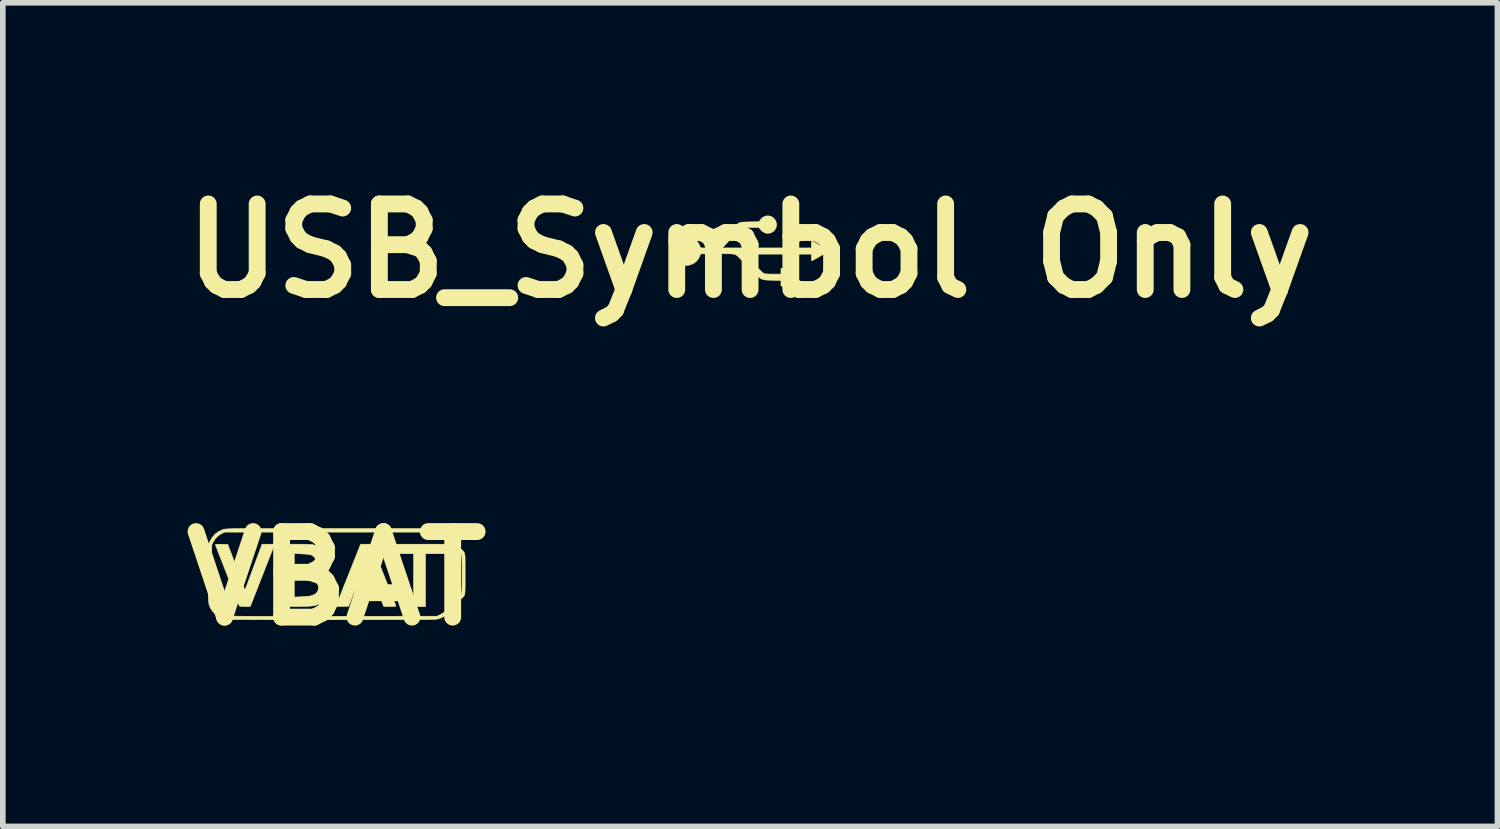
<source format=kicad_pcb>
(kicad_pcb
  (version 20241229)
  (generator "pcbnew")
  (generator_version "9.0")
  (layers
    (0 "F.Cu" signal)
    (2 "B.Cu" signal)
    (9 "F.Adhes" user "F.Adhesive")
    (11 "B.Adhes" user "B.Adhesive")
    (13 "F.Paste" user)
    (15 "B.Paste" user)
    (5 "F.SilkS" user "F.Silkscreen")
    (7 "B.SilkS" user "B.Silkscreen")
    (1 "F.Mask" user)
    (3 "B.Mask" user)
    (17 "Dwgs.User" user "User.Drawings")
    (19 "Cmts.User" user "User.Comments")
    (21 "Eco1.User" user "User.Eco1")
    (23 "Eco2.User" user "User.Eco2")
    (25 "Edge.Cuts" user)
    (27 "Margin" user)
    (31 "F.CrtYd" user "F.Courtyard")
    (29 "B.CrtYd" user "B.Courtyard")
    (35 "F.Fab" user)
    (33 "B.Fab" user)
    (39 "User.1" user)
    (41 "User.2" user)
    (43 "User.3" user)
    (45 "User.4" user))
  (footprint "USB_Symbol Only"
    (layer "F.Cu")
    (at 10.312 1.418)
    (property "Reference" "USB_Symbol Only" (at 0 0 0) (layer "F.SilkS") (effects (font (size 1.524 1.524) (thickness 0.3))))
    (attr through_hole)
    (fp_poly (pts (xy 0.347 -0.62) (xy 0.389 -0.605) (xy 0.426 -0.577) (xy 0.455 -0.536) (xy 0.458 -0.53) (xy 0.471 -0.482) (xy 0.469 -0.435) (xy 0.453 -0.392) (xy 0.425 -0.355) (xy 0.386 -0.327) (xy 0.349 -0.315) (xy 0.3 -0.311) (xy 0.256 -0.322) (xy 0.215 -0.35) (xy 0.185 -0.381) (xy 0.158 -0.415) (xy 0.024 -0.415) (xy -0.033 -0.414) (xy -0.076 -0.413) (xy -0.108 -0.41) (xy -0.131 -0.406) (xy -0.143 -0.402) (xy -0.161 -0.39) (xy -0.19 -0.366) (xy -0.228 -0.331) (xy -0.274 -0.284) (xy -0.329 -0.228) (xy -0.391 -0.162) (xy -0.457 -0.091) (xy -0.493 -0.051) (xy 1.092 -0.051) (xy 1.092 -0.115) (xy 1.093 -0.147) (xy 1.096 -0.168) (xy 1.1 -0.176) (xy 1.1 -0.176) (xy 1.112 -0.171) (xy 1.134 -0.158) (xy 1.166 -0.141) (xy 1.203 -0.12) (xy 1.243 -0.097) (xy 1.284 -0.073) (xy 1.323 -0.05) (xy 1.357 -0.03) (xy 1.384 -0.014) (xy 1.401 -0.003) (xy 1.405 0.000448) (xy 1.398 0.006) (xy 1.379 0.018) (xy 1.351 0.035) (xy 1.316 0.056) (xy 1.276 0.079) (xy 1.235 0.103) (xy 1.195 0.126) (xy 1.159 0.146) (xy 1.129 0.163) (xy 1.108 0.174) (xy 1.099 0.178) (xy 1.095 0.17) (xy 1.093 0.15) (xy 1.092 0.121) (xy 1.092 0.119) (xy 1.092 0.059) (xy -0.096 0.059) (xy -0.08 0.078) (xy -0.054 0.108) (xy -0.021 0.143) (xy 0.016 0.182) (xy 0.056 0.224) (xy 0.096 0.265) (xy 0.135 0.304) (xy 0.171 0.339) (xy 0.202 0.369) (xy 0.226 0.39) (xy 0.241 0.402) (xy 0.243 0.403) (xy 0.262 0.408) (xy 0.294 0.412) (xy 0.338 0.414) (xy 0.398 0.415) (xy 0.41 0.415) (xy 0.55 0.415) (xy 0.55 0.313) (xy 0.864 0.313) (xy 0.864 0.627) (xy 0.55 0.627) (xy 0.55 0.527) (xy 0.396 0.524) (xy 0.352 0.523) (xy 0.314 0.522) (xy 0.281 0.52) (xy 0.252 0.516) (xy 0.224 0.509) (xy 0.198 0.498) (xy 0.171 0.482) (xy 0.141 0.46) (xy 0.109 0.432) (xy 0.071 0.396) (xy 0.027 0.352) (xy -0.025 0.298) (xy -0.086 0.234) (xy -0.149 0.168) (xy -0.185 0.131) (xy -0.211 0.104) (xy -0.232 0.086) (xy -0.248 0.074) (xy -0.263 0.067) (xy -0.279 0.062) (xy -0.289 0.06) (xy -0.313 0.056) (xy -0.352 0.054) (xy -0.407 0.053) (xy -0.477 0.052) (xy -0.564 0.052) (xy -0.608 0.052) (xy -0.882 0.055) (xy -0.899 0.1) (xy -0.928 0.153) (xy -0.968 0.197) (xy -1.017 0.231) (xy -1.073 0.252) (xy -1.133 0.261) (xy -1.193 0.257) (xy -1.252 0.238) (xy -1.258 0.235) (xy -1.313 0.198) (xy -1.356 0.15) (xy -1.385 0.093) (xy -1.399 0.029) (xy -1.4 0) (xy -1.393 -0.067) (xy -1.37 -0.127) (xy -1.333 -0.178) (xy -1.283 -0.219) (xy -1.254 -0.235) (xy -1.226 -0.247) (xy -1.2 -0.254) (xy -1.169 -0.257) (xy -1.139 -0.258) (xy -1.1 -0.257) (xy -1.071 -0.252) (xy -1.046 -0.244) (xy -1.029 -0.235) (xy -0.971 -0.197) (xy -0.926 -0.146) (xy -0.893 -0.083) (xy -0.886 -0.065) (xy -0.882 -0.058) (xy -0.875 -0.054) (xy -0.861 -0.052) (xy -0.839 -0.051) (xy -0.803 -0.052) (xy -0.773 -0.053) (xy -0.725 -0.055) (xy -0.686 -0.058) (xy -0.656 -0.063) (xy -0.643 -0.067) (xy -0.632 -0.075) (xy -0.611 -0.095) (xy -0.581 -0.124) (xy -0.545 -0.16) (xy -0.504 -0.202) (xy -0.459 -0.248) (xy -0.439 -0.269) (xy -0.381 -0.331) (xy -0.333 -0.38) (xy -0.293 -0.419) (xy -0.261 -0.448) (xy -0.236 -0.47) (xy -0.217 -0.484) (xy -0.211 -0.487) (xy -0.195 -0.496) (xy -0.181 -0.502) (xy -0.165 -0.507) (xy -0.146 -0.51) (xy -0.121 -0.512) (xy -0.085 -0.513) (xy -0.038 -0.514) (xy -0.002 -0.515) (xy 0.161 -0.518) (xy 0.183 -0.551) (xy 0.217 -0.589) (xy 0.258 -0.612) (xy 0.302 -0.623) (xy 0.347 -0.62)) (stroke (width 0.01) (type solid)) (fill yes) (layer "F.SilkS")))
  (footprint "VBAT"
    (layer "F.Cu")
    (at 2.946 7.254)
    (property "Reference" "VBAT" (at 0 0 0) (layer "F.SilkS") (effects (font (size 1.524 1.524) (thickness 0.3))))
    (attr through_hole)
    (fp_poly (pts (xy 1.939 -0.44) (xy 1.583 -0.44) (xy 1.583 0.5) (xy 1.372 0.5) (xy 1.372 -0.44) (xy 1.008 -0.44) (xy 1.008 -0.61) (xy 1.939 -0.61) (xy 1.939 -0.44)) (stroke (width 0.01) (type solid)) (fill yes) (layer "F.SilkS"))
    (fp_poly (pts (xy -1.537 0.499) (xy -1.631 0.499) (xy -1.67 0.499) (xy -1.701 0.498) (xy -1.723 0.495) (xy -1.73 0.493) (xy -1.734 0.484) (xy -1.743 0.461) (xy -1.757 0.425) (xy -1.776 0.378) (xy -1.798 0.322) (xy -1.824 0.258) (xy -1.851 0.187) (xy -1.881 0.112) (xy -1.912 0.033) (xy -1.943 -0.047) (xy -1.975 -0.127) (xy -2.006 -0.206) (xy -2.035 -0.282) (xy -2.063 -0.353) (xy -2.089 -0.418) (xy -2.111 -0.475) (xy -2.129 -0.523) (xy -2.144 -0.56) (xy -2.153 -0.585) (xy -2.157 -0.595) (xy -2.157 -0.595) (xy -2.157 -0.601) (xy -2.153 -0.605) (xy -2.142 -0.608) (xy -2.121 -0.609) (xy -2.088 -0.608) (xy -2.049 -0.608) (xy -1.937 -0.605) (xy -1.853 -0.381) (xy -1.832 -0.325) (xy -1.808 -0.262) (xy -1.783 -0.195) (xy -1.758 -0.126) (xy -1.733 -0.057) (xy -1.708 0.008) (xy -1.686 0.068) (xy -1.667 0.121) (xy -1.651 0.164) (xy -1.641 0.194) (xy -1.637 0.203) (xy -1.633 0.2) (xy -1.624 0.182) (xy -1.612 0.153) (xy -1.596 0.115) (xy -1.579 0.069) (xy -1.576 0.059) (xy -1.557 0.01) (xy -1.535 -0.052) (xy -1.509 -0.121) (xy -1.481 -0.196) (xy -1.453 -0.271) (xy -1.426 -0.344) (xy -1.423 -0.353) (xy -1.327 -0.61) (xy -1.215 -0.61) (xy -1.103 -0.61) (xy -1.537 0.499)) (stroke (width 0.01) (type solid)) (fill yes) (layer "F.SilkS"))
    (fp_poly (pts (xy 0.841 -0.061) (xy 0.877 0.03) (xy 0.911 0.117) (xy 0.943 0.198) (xy 0.972 0.272) (xy 0.998 0.337) (xy 1.02 0.393) (xy 1.037 0.438) (xy 1.05 0.47) (xy 1.057 0.489) (xy 1.058 0.493) (xy 1.05 0.496) (xy 1.029 0.498) (xy 0.996 0.499) (xy 0.957 0.5) (xy 0.949 0.5) (xy 0.84 0.5) (xy 0.805 0.409) (xy 0.789 0.366) (xy 0.772 0.324) (xy 0.758 0.287) (xy 0.751 0.269) (xy 0.732 0.22) (xy 0.525 0.222) (xy 0.319 0.224) (xy 0.214 0.495) (xy 0.102 0.498) (xy 0.056 0.498) (xy 0.024 0.498) (xy 0.005 0.496) (xy -0.005 0.493) (xy -0.007 0.489) (xy -0.007 0.488) (xy -0.003 0.479) (xy 0.006 0.454) (xy 0.02 0.417) (xy 0.04 0.368) (xy 0.063 0.309) (xy 0.09 0.24) (xy 0.12 0.163) (xy 0.153 0.08) (xy 0.167 0.047) (xy 0.389 0.047) (xy 0.397 0.048) (xy 0.42 0.049) (xy 0.453 0.05) (xy 0.495 0.051) (xy 0.529 0.051) (xy 0.668 0.051) (xy 0.654 0.019) (xy 0.647 0.001) (xy 0.636 -0.029) (xy 0.62 -0.07) (xy 0.603 -0.117) (xy 0.584 -0.167) (xy 0.584 -0.169) (xy 0.564 -0.223) (xy 0.549 -0.262) (xy 0.538 -0.288) (xy 0.53 -0.304) (xy 0.525 -0.311) (xy 0.521 -0.31) (xy 0.518 -0.304) (xy 0.511 -0.286) (xy 0.501 -0.257) (xy 0.488 -0.223) (xy 0.484 -0.211) (xy 0.47 -0.171) (xy 0.452 -0.124) (xy 0.434 -0.075) (xy 0.424 -0.049) (xy 0.41 -0.012) (xy 0.399 0.018) (xy 0.392 0.039) (xy 0.389 0.047) (xy 0.167 0.047) (xy 0.189 -0.009) (xy 0.212 -0.067) (xy 0.428 -0.609) (xy 0.525 -0.61) (xy 0.623 -0.61) (xy 0.841 -0.061)) (stroke (width 0.01) (type solid)) (fill yes) (layer "F.SilkS"))
    (fp_poly (pts (xy -0.651 -0.609) (xy -0.588 -0.609) (xy -0.532 -0.607) (xy -0.484 -0.606) (xy -0.447 -0.604) (xy -0.425 -0.602) (xy -0.422 -0.601) (xy -0.371 -0.587) (xy -0.319 -0.564) (xy -0.27 -0.535) (xy -0.231 -0.504) (xy -0.221 -0.494) (xy -0.185 -0.442) (xy -0.162 -0.383) (xy -0.153 -0.322) (xy -0.157 -0.261) (xy -0.174 -0.203) (xy -0.205 -0.151) (xy -0.238 -0.115) (xy -0.259 -0.098) (xy -0.276 -0.087) (xy -0.283 -0.085) (xy -0.28 -0.081) (xy -0.266 -0.073) (xy -0.246 -0.062) (xy -0.19 -0.026) (xy -0.147 0.02) (xy -0.118 0.076) (xy -0.104 0.138) (xy -0.105 0.187) (xy -0.115 0.24) (xy -0.132 0.29) (xy -0.147 0.319) (xy -0.181 0.363) (xy -0.227 0.404) (xy -0.278 0.439) (xy -0.3 0.45) (xy -0.33 0.463) (xy -0.359 0.474) (xy -0.39 0.482) (xy -0.425 0.489) (xy -0.465 0.493) (xy -0.513 0.496) (xy -0.572 0.498) (xy -0.644 0.499) (xy -0.718 0.499) (xy -0.965 0.5) (xy -0.965 0.332) (xy -0.754 0.332) (xy -0.624 0.327) (xy -0.575 0.324) (xy -0.527 0.319) (xy -0.486 0.315) (xy -0.456 0.309) (xy -0.449 0.308) (xy -0.395 0.287) (xy -0.356 0.257) (xy -0.332 0.218) (xy -0.322 0.172) (xy -0.322 0.165) (xy -0.33 0.119) (xy -0.353 0.081) (xy -0.386 0.054) (xy -0.421 0.04) (xy -0.471 0.029) (xy -0.537 0.022) (xy -0.62 0.018) (xy -0.671 0.017) (xy -0.754 0.017) (xy -0.754 0.332) (xy -0.965 0.332) (xy -0.965 -0.15) (xy -0.754 -0.15) (xy -0.617 -0.155) (xy -0.563 -0.158) (xy -0.524 -0.16) (xy -0.494 -0.163) (xy -0.473 -0.168) (xy -0.455 -0.173) (xy -0.441 -0.18) (xy -0.403 -0.206) (xy -0.38 -0.242) (xy -0.37 -0.287) (xy -0.37 -0.295) (xy -0.376 -0.342) (xy -0.397 -0.379) (xy -0.431 -0.408) (xy -0.44 -0.412) (xy -0.457 -0.42) (xy -0.476 -0.425) (xy -0.501 -0.429) (xy -0.533 -0.432) (xy -0.577 -0.435) (xy -0.616 -0.437) (xy -0.754 -0.443) (xy -0.754 -0.15) (xy -0.965 -0.15) (xy -0.965 -0.61) (xy -0.717 -0.61) (xy -0.651 -0.609)) (stroke (width 0.01) (type solid)) (fill yes) (layer "F.SilkS"))
    (fp_poly (pts (xy 0.112 -0.889) (xy 0.305 -0.889) (xy 0.483 -0.889) (xy 0.645 -0.889) (xy 0.794 -0.889) (xy 0.929 -0.889) (xy 1.051 -0.889) (xy 1.161 -0.888) (xy 1.259 -0.888) (xy 1.347 -0.888) (xy 1.424 -0.888) (xy 1.492 -0.887) (xy 1.551 -0.887) (xy 1.602 -0.886) (xy 1.645 -0.885) (xy 1.682 -0.885) (xy 1.713 -0.884) (xy 1.738 -0.883) (xy 1.759 -0.882) (xy 1.775 -0.881) (xy 1.788 -0.879) (xy 1.798 -0.878) (xy 1.807 -0.876) (xy 1.814 -0.875) (xy 1.82 -0.873) (xy 1.822 -0.872) (xy 1.896 -0.841) (xy 1.961 -0.796) (xy 2.014 -0.74) (xy 2.054 -0.672) (xy 2.079 -0.605) (xy 2.093 -0.552) (xy 2.138 -0.549) (xy 2.189 -0.537) (xy 2.233 -0.511) (xy 2.266 -0.473) (xy 2.271 -0.464) (xy 2.276 -0.454) (xy 2.28 -0.445) (xy 2.283 -0.434) (xy 2.285 -0.42) (xy 2.287 -0.401) (xy 2.288 -0.374) (xy 2.289 -0.34) (xy 2.29 -0.295) (xy 2.29 -0.239) (xy 2.29 -0.169) (xy 2.29 -0.084) (xy 2.29 -0.076) (xy 2.29 0.011) (xy 2.29 0.083) (xy 2.29 0.142) (xy 2.289 0.188) (xy 2.288 0.224) (xy 2.286 0.251) (xy 2.284 0.27) (xy 2.282 0.285) (xy 2.279 0.295) (xy 2.276 0.301) (xy 2.244 0.342) (xy 2.202 0.374) (xy 2.154 0.393) (xy 2.115 0.398) (xy 2.096 0.402) (xy 2.088 0.416) (xy 2.086 0.421) (xy 2.061 0.501) (xy 2.023 0.57) (xy 1.973 0.63) (xy 1.912 0.677) (xy 1.841 0.711) (xy 1.779 0.728) (xy 1.766 0.729) (xy 1.737 0.73) (xy 1.693 0.73) (xy 1.635 0.731) (xy 1.563 0.732) (xy 1.48 0.732) (xy 1.385 0.733) (xy 1.28 0.734) (xy 1.166 0.734) (xy 1.043 0.734) (xy 0.913 0.735) (xy 0.776 0.735) (xy 0.634 0.735) (xy 0.488 0.735) (xy 0.337 0.736) (xy 0.184 0.736) (xy 0.029 0.736) (xy -0.126 0.736) (xy -0.282 0.736) (xy -0.436 0.736) (xy -0.588 0.735) (xy -0.738 0.735) (xy -0.883 0.735) (xy -1.023 0.735) (xy -1.158 0.734) (xy -1.286 0.734) (xy -1.406 0.733) (xy -1.517 0.733) (xy -1.619 0.732) (xy -1.71 0.732) (xy -1.789 0.731) (xy -1.857 0.73) (xy -1.91 0.73) (xy -1.949 0.729) (xy -1.973 0.728) (xy -1.98 0.727) (xy -2.041 0.709) (xy -2.101 0.678) (xy -2.157 0.638) (xy -2.204 0.591) (xy -2.237 0.544) (xy -2.247 0.526) (xy -2.256 0.509) (xy -2.263 0.492) (xy -2.269 0.473) (xy -2.274 0.452) (xy -2.277 0.427) (xy -2.28 0.397) (xy -2.282 0.359) (xy -2.284 0.313) (xy -2.285 0.257) (xy -2.285 0.192) (xy -2.226 0.192) (xy -2.225 0.26) (xy -2.224 0.316) (xy -2.223 0.362) (xy -2.22 0.4) (xy -2.217 0.431) (xy -2.213 0.455) (xy -2.207 0.475) (xy -2.201 0.492) (xy -2.192 0.508) (xy -2.183 0.523) (xy -2.171 0.539) (xy -2.168 0.543) (xy -2.142 0.574) (xy -2.111 0.604) (xy -2.089 0.621) (xy -2.08 0.627) (xy -2.073 0.632) (xy -2.066 0.638) (xy -2.059 0.642) (xy -2.051 0.647) (xy -2.042 0.651) (xy -2.03 0.655) (xy -2.016 0.658) (xy -1.999 0.661) (xy -1.977 0.663) (xy -1.951 0.666) (xy -1.919 0.668) (xy -1.881 0.669) (xy -1.837 0.671) (xy -1.785 0.672) (xy -1.725 0.673) (xy -1.656 0.674) (xy -1.577 0.674) (xy -1.489 0.675) (xy -1.39 0.675) (xy -1.279 0.675) (xy -1.156 0.675) (xy -1.02 0.675) (xy -0.871 0.675) (xy -0.708 0.675) (xy -0.53 0.675) (xy -0.336 0.675) (xy -0.127 0.675) (xy -0.085 0.675) (xy 1.791 0.673) (xy 1.846 0.647) (xy 1.905 0.61) (xy 1.957 0.562) (xy 1.997 0.506) (xy 2.005 0.492) (xy 2.028 0.445) (xy 2.028 -0.491) (xy 2.091 -0.491) (xy 2.091 0.339) (xy 2.123 0.339) (xy 2.152 0.334) (xy 2.181 0.323) (xy 2.183 0.322) (xy 2.195 0.313) (xy 2.206 0.305) (xy 2.214 0.294) (xy 2.221 0.279) (xy 2.226 0.259) (xy 2.23 0.232) (xy 2.232 0.197) (xy 2.234 0.151) (xy 2.235 0.093) (xy 2.235 0.022) (xy 2.235 -0.064) (xy 2.235 -0.081) (xy 2.235 -0.167) (xy 2.235 -0.239) (xy 2.234 -0.297) (xy 2.233 -0.343) (xy 2.231 -0.379) (xy 2.228 -0.406) (xy 2.224 -0.426) (xy 2.218 -0.441) (xy 2.21 -0.453) (xy 2.201 -0.462) (xy 2.19 -0.472) (xy 2.188 -0.473) (xy 2.155 -0.488) (xy 2.128 -0.491) (xy 2.091 -0.491) (xy 2.028 -0.491) (xy 2.028 -0.597) (xy 2.005 -0.645) (xy 1.973 -0.697) (xy 1.93 -0.745) (xy 1.88 -0.784) (xy 1.848 -0.803) (xy 1.799 -0.825) (xy -1.994 -0.825) (xy -2.05 -0.798) (xy -2.112 -0.758) (xy -2.163 -0.706) (xy -2.2 -0.645) (xy -2.223 -0.597) (xy -2.225 -0.094) (xy -2.225 0.016) (xy -2.226 0.111) (xy -2.226 0.192) (xy -2.285 0.192) (xy -2.285 0.189) (xy -2.285 0.11) (xy -2.285 0.016) (xy -2.284 -0.094) (xy -2.284 -0.099) (xy -2.282 -0.605) (xy -2.259 -0.655) (xy -2.216 -0.729) (xy -2.164 -0.789) (xy -2.102 -0.835) (xy -2.03 -0.868) (xy -2.018 -0.872) (xy -2.011 -0.874) (xy -2.004 -0.876) (xy -1.997 -0.877) (xy -1.987 -0.879) (xy -1.975 -0.88) (xy -1.96 -0.881) (xy -1.941 -0.882) (xy -1.918 -0.883) (xy -1.89 -0.884) (xy -1.855 -0.885) (xy -1.815 -0.886) (xy -1.767 -0.886) (xy -1.711 -0.887) (xy -1.647 -0.887) (xy -1.574 -0.888) (xy -1.491 -0.888) (xy -1.397 -0.888) (xy -1.292 -0.889) (xy -1.175 -0.889) (xy -1.045 -0.889) (xy -0.903 -0.889) (xy -0.746 -0.889) (xy -0.575 -0.889) (xy -0.388 -0.889) (xy -0.185 -0.889) (xy -0.097 -0.889) (xy 0.112 -0.889)) (stroke (width 0.01) (type solid)) (fill yes) (layer "F.SilkS")))
  (gr_rect
    (start -3 -3)
    (end 23.625 11.672)
    (stroke (width 0.1) (type default))
    (fill no)
    (layer "Edge.Cuts")))
</source>
